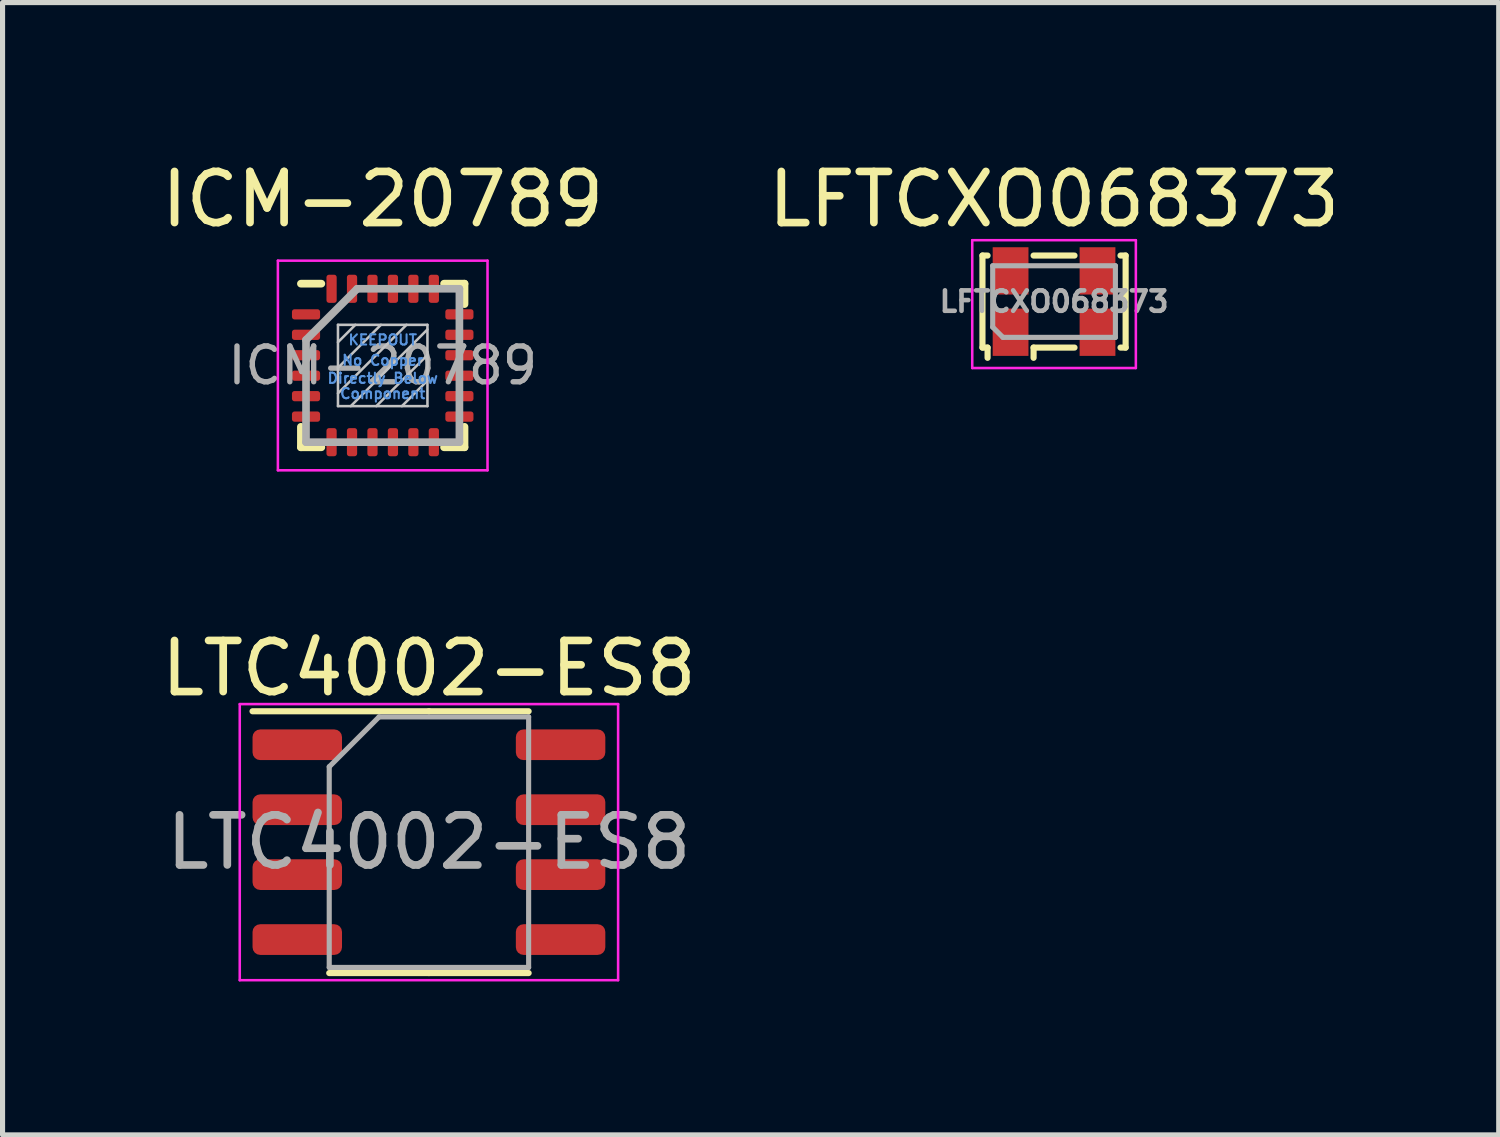
<source format=kicad_pcb>
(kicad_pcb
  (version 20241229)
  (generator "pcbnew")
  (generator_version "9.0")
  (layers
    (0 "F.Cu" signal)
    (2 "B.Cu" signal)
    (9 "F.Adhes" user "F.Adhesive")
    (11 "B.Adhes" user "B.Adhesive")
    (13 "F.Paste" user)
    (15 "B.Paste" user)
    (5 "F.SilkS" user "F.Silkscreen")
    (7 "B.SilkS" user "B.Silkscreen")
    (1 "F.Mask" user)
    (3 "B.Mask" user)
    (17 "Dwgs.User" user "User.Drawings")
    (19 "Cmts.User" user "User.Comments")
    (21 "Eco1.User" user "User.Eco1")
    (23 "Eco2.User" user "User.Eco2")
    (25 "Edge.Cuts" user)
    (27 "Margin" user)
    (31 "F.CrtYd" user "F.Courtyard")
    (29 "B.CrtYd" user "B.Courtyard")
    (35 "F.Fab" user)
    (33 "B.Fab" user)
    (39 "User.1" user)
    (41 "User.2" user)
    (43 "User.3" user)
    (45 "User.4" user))
  (footprint "LFTCXO068373"
    (layer "F.Cu")
    (at 17.565 2.848)
    (property "Reference" "LFTCXO068373" (at 0 -2 0) (layer "F.SilkS") (effects (font (size 1 1) (thickness 0.15))))
    (attr smd)
    (fp_line (start -1.4 -0.9) (end -1.3 -0.9) (stroke (width 0.12) (type solid)) (layer "F.SilkS"))
    (fp_line (start -1.4 0.9) (end -1.4 -0.9) (stroke (width 0.12) (type solid)) (layer "F.SilkS"))
    (fp_line (start -1.4 0.9) (end -1.3 0.9) (stroke (width 0.12) (type solid)) (layer "F.SilkS"))
    (fp_line (start -1.3 0.9) (end -1.3 1.1) (stroke (width 0.12) (type solid)) (layer "F.SilkS"))
    (fp_line (start -0.4 -0.9) (end 0.4 -0.9) (stroke (width 0.12) (type solid)) (layer "F.SilkS"))
    (fp_line (start -0.4 0.9) (end -0.4 1.1) (stroke (width 0.12) (type solid)) (layer "F.SilkS"))
    (fp_line (start -0.4 0.9) (end 0.4 0.9) (stroke (width 0.12) (type solid)) (layer "F.SilkS"))
    (fp_line (start 1.3 -0.9) (end 1.4 -0.9) (stroke (width 0.12) (type solid)) (layer "F.SilkS"))
    (fp_line (start 1.3 0.9) (end 1.4 0.9) (stroke (width 0.12) (type solid)) (layer "F.SilkS"))
    (fp_line (start 1.4 0.9) (end 1.4 -0.9) (stroke (width 0.12) (type solid)) (layer "F.SilkS"))
    (fp_line (start -1.6 -1.2) (end -1.6 1.3) (stroke (width 0.05) (type solid)) (layer "F.CrtYd"))
    (fp_line (start -1.6 1.3) (end 1.6 1.3) (stroke (width 0.05) (type solid)) (layer "F.CrtYd"))
    (fp_line (start 1.6 -1.2) (end -1.6 -1.2) (stroke (width 0.05) (type solid)) (layer "F.CrtYd"))
    (fp_line (start 1.6 1.3) (end 1.6 -1.2) (stroke (width 0.05) (type solid)) (layer "F.CrtYd"))
    (fp_line (start -1.2 -0.7) (end 1.2 -0.7) (stroke (width 0.1) (type solid)) (layer "F.Fab"))
    (fp_line (start -1.2 0.5) (end -1.2 -0.7) (stroke (width 0.1) (type solid)) (layer "F.Fab"))
    (fp_line (start -1 0.7) (end -1.2 0.5) (stroke (width 0.1) (type solid)) (layer "F.Fab"))
    (fp_line (start 1.2 -0.7) (end 1.2 0.7) (stroke (width 0.1) (type solid)) (layer "F.Fab"))
    (fp_line (start 1.2 0.7) (end -1 0.7) (stroke (width 0.1) (type solid)) (layer "F.Fab"))
    (fp_text user "${REFERENCE}" (at 0 0 0) (layer "F.Fab") (effects (font (size 0.4 0.4) (thickness 0.09))))
    (pad "1" smd rect (at -0.85 0.6) (size 0.7 0.925) (layers "F.Cu" "F.Mask" "F.Paste"))
    (pad "2" smd rect (at 0.85 0.6) (size 0.7 0.925) (layers "F.Cu" "F.Mask" "F.Paste"))
    (pad "3" smd rect (at 0.85 -0.6) (size 0.7 0.925) (layers "F.Cu" "F.Mask" "F.Paste"))
    (pad "4" smd rect (at -0.85 -0.6) (size 0.7 0.925) (layers "F.Cu" "F.Mask" "F.Paste")))
  (footprint "LTC4002-ES8"
    (layer "F.Cu")
    (at 5.339 13.421)
    (property "Reference" "LTC4002-ES8" (at 0 -3.4 0) (layer "F.SilkS") (effects (font (size 1 1) (thickness 0.15))))
    (attr smd)
    (fp_line (start 0 -2.56) (end -3.45 -2.56) (stroke (width 0.12) (type solid)) (layer "F.SilkS"))
    (fp_line (start 0 -2.56) (end 1.95 -2.56) (stroke (width 0.12) (type solid)) (layer "F.SilkS"))
    (fp_line (start 0 2.56) (end -1.95 2.56) (stroke (width 0.12) (type solid)) (layer "F.SilkS"))
    (fp_line (start 0 2.56) (end 1.95 2.56) (stroke (width 0.12) (type solid)) (layer "F.SilkS"))
    (fp_line (start -3.7 -2.7) (end -3.7 2.7) (stroke (width 0.05) (type solid)) (layer "F.CrtYd"))
    (fp_line (start -3.7 2.7) (end 3.7 2.7) (stroke (width 0.05) (type solid)) (layer "F.CrtYd"))
    (fp_line (start 3.7 -2.7) (end -3.7 -2.7) (stroke (width 0.05) (type solid)) (layer "F.CrtYd"))
    (fp_line (start 3.7 2.7) (end 3.7 -2.7) (stroke (width 0.05) (type solid)) (layer "F.CrtYd"))
    (fp_line (start -1.95 -1.475) (end -0.975 -2.45) (stroke (width 0.1) (type solid)) (layer "F.Fab"))
    (fp_line (start -1.95 2.45) (end -1.95 -1.475) (stroke (width 0.1) (type solid)) (layer "F.Fab"))
    (fp_line (start -0.975 -2.45) (end 1.95 -2.45) (stroke (width 0.1) (type solid)) (layer "F.Fab"))
    (fp_line (start 1.95 -2.45) (end 1.95 2.45) (stroke (width 0.1) (type solid)) (layer "F.Fab"))
    (fp_line (start 1.95 2.45) (end -1.95 2.45) (stroke (width 0.1) (type solid)) (layer "F.Fab"))
    (fp_text user "${REFERENCE}" (at 0 0 0) (layer "F.Fab") (effects (font (size 0.98 0.98) (thickness 0.15))))
    (pad "1" smd roundrect (at -2.575 -1.905) (size 1.75 0.6) (layers "F.Cu" "F.Mask" "F.Paste") (roundrect_rratio 0.25))
    (pad "2" smd roundrect (at -2.575 -0.635) (size 1.75 0.6) (layers "F.Cu" "F.Mask" "F.Paste") (roundrect_rratio 0.25))
    (pad "3" smd roundrect (at -2.575 0.635) (size 1.75 0.6) (layers "F.Cu" "F.Mask" "F.Paste") (roundrect_rratio 0.25))
    (pad "4" smd roundrect (at -2.575 1.905) (size 1.75 0.6) (layers "F.Cu" "F.Mask" "F.Paste") (roundrect_rratio 0.25))
    (pad "5" smd roundrect (at 2.575 1.905) (size 1.75 0.6) (layers "F.Cu" "F.Mask" "F.Paste") (roundrect_rratio 0.25))
    (pad "6" smd roundrect (at 2.575 0.635) (size 1.75 0.6) (layers "F.Cu" "F.Mask" "F.Paste") (roundrect_rratio 0.25))
    (pad "7" smd roundrect (at 2.575 -0.635) (size 1.75 0.6) (layers "F.Cu" "F.Mask" "F.Paste") (roundrect_rratio 0.25))
    (pad "8" smd roundrect (at 2.575 -1.905) (size 1.75 0.6) (layers "F.Cu" "F.Mask" "F.Paste") (roundrect_rratio 0.25)))
  (footprint "ICM-20789"
    (layer "F.Cu")
    (at 4.435 4.098)
    (property "Reference" "ICM-20789" (at 0 -3.25 0) (layer "F.SilkS") (effects (font (size 1 1) (thickness 0.15))))
    (attr smd)
    (fp_line (start -1.6 -1.6) (end -1.2 -1.6) (stroke (width 0.15) (type solid)) (layer "F.SilkS"))
    (fp_line (start -1.6 1.6) (end -1.6 1.2) (stroke (width 0.15) (type solid)) (layer "F.SilkS"))
    (fp_line (start -1.6 1.6) (end -1.2 1.6) (stroke (width 0.15) (type solid)) (layer "F.SilkS"))
    (fp_line (start 1.6 -1.6) (end 1.2 -1.6) (stroke (width 0.15) (type solid)) (layer "F.SilkS"))
    (fp_line (start 1.6 -1.6) (end 1.6 -1.2) (stroke (width 0.15) (type solid)) (layer "F.SilkS"))
    (fp_line (start 1.6 1.6) (end 1.2 1.6) (stroke (width 0.15) (type solid)) (layer "F.SilkS"))
    (fp_line (start 1.6 1.6) (end 1.6 1.2) (stroke (width 0.15) (type solid)) (layer "F.SilkS"))
    (fp_line (start -0.875 -0.795) (end -0.875 0.795) (stroke (width 0.05) (type solid)) (layer "Dwgs.User"))
    (fp_line (start -0.875 -0.795) (end 0.875 -0.795) (stroke (width 0.05) (type solid)) (layer "Dwgs.User"))
    (fp_line (start -0.875 0.795) (end 0.875 0.795) (stroke (width 0.05) (type solid)) (layer "Dwgs.User"))
    (fp_line (start -0.535 -0.795) (end -0.875 -0.455) (stroke (width 0.05) (type solid)) (layer "Dwgs.User"))
    (fp_line (start -0.035 -0.795) (end -0.875 0.045) (stroke (width 0.05) (type solid)) (layer "Dwgs.User"))
    (fp_line (start 0.465 -0.795) (end -0.875 0.545) (stroke (width 0.05) (type solid)) (layer "Dwgs.User"))
    (fp_line (start 0.875 -0.795) (end 0.875 0.795) (stroke (width 0.05) (type solid)) (layer "Dwgs.User"))
    (fp_line (start 0.875 -0.705) (end -0.625 0.795) (stroke (width 0.05) (type solid)) (layer "Dwgs.User"))
    (fp_line (start 0.875 -0.205) (end -0.125 0.795) (stroke (width 0.05) (type solid)) (layer "Dwgs.User"))
    (fp_line (start 0.875 0.295) (end 0.375 0.795) (stroke (width 0.05) (type solid)) (layer "Dwgs.User"))
    (fp_line (start -2.05 -2.05) (end 2.05 -2.05) (stroke (width 0.05) (type solid)) (layer "F.CrtYd"))
    (fp_line (start -2.05 2.05) (end -2.05 -2.05) (stroke (width 0.05) (type solid)) (layer "F.CrtYd"))
    (fp_line (start 2.05 -2.05) (end 2.05 2.05) (stroke (width 0.05) (type solid)) (layer "F.CrtYd"))
    (fp_line (start 2.05 2.05) (end -2.05 2.05) (stroke (width 0.05) (type solid)) (layer "F.CrtYd"))
    (fp_line (start -1.5 -0.5) (end -0.5 -1.5) (stroke (width 0.15) (type solid)) (layer "F.Fab"))
    (fp_line (start -1.5 1.5) (end -1.5 -0.5) (stroke (width 0.15) (type solid)) (layer "F.Fab"))
    (fp_line (start -0.5 -1.5) (end 1.5 -1.5) (stroke (width 0.15) (type solid)) (layer "F.Fab"))
    (fp_line (start 1.5 -1.5) (end 1.5 1.5) (stroke (width 0.15) (type solid)) (layer "F.Fab"))
    (fp_line (start 1.5 1.5) (end -1.5 1.5) (stroke (width 0.15) (type solid)) (layer "F.Fab"))
    (fp_text user "Directly Below" (at 0 0.25 0) (layer "Cmts.User") (effects (font (size 0.2 0.2) (thickness 0.04))))
    (fp_text user "No Copper" (at 0 -0.1 0) (layer "Cmts.User") (effects (font (size 0.2 0.2) (thickness 0.04))))
    (fp_text user "KEEPOUT" (at 0 -0.5 0) (layer "Cmts.User") (effects (font (size 0.2 0.2) (thickness 0.04))))
    (fp_text user "Component" (at 0 0.55 0) (layer "Cmts.User") (effects (font (size 0.2 0.2) (thickness 0.04))))
    (fp_text user "${REFERENCE}" (at 0 0 0) (layer "F.Fab") (effects (font (size 0.7 0.7) (thickness 0.105))))
    (pad "1" smd roundrect (at -1.5 -1) (size 0.55 0.2) (layers "F.Cu" "F.Mask" "F.Paste") (roundrect_rratio 0.25))
    (pad "2" smd roundrect (at -1.5 -0.6) (size 0.55 0.2) (layers "F.Cu" "F.Mask" "F.Paste") (roundrect_rratio 0.25))
    (pad "3" smd roundrect (at -1.5 -0.2) (size 0.55 0.2) (layers "F.Cu" "F.Mask" "F.Paste") (roundrect_rratio 0.25))
    (pad "4" smd roundrect (at -1.5 0.2) (size 0.55 0.2) (layers "F.Cu" "F.Mask" "F.Paste") (roundrect_rratio 0.25))
    (pad "5" smd roundrect (at -1.5 0.6) (size 0.55 0.2) (layers "F.Cu" "F.Mask" "F.Paste") (roundrect_rratio 0.25))
    (pad "6" smd roundrect (at -1.5 1) (size 0.55 0.2) (layers "F.Cu" "F.Mask" "F.Paste") (roundrect_rratio 0.25))
    (pad "7" smd roundrect (at -1 1.5 90) (size 0.55 0.2) (layers "F.Cu" "F.Mask" "F.Paste") (roundrect_rratio 0.25))
    (pad "8" smd roundrect (at -0.6 1.5 90) (size 0.55 0.2) (layers "F.Cu" "F.Mask" "F.Paste") (roundrect_rratio 0.25))
    (pad "9" smd roundrect (at -0.2 1.5 90) (size 0.55 0.2) (layers "F.Cu" "F.Mask" "F.Paste") (roundrect_rratio 0.25))
    (pad "10" smd roundrect (at 0.2 1.5 90) (size 0.55 0.2) (layers "F.Cu" "F.Mask" "F.Paste") (roundrect_rratio 0.25))
    (pad "11" smd roundrect (at 0.6 1.5 90) (size 0.55 0.2) (layers "F.Cu" "F.Mask" "F.Paste") (roundrect_rratio 0.25))
    (pad "12" smd roundrect (at 1 1.5 90) (size 0.55 0.2) (layers "F.Cu" "F.Mask" "F.Paste") (roundrect_rratio 0.25))
    (pad "13" smd roundrect (at 1.5 1) (size 0.55 0.2) (layers "F.Cu" "F.Mask" "F.Paste") (roundrect_rratio 0.25))
    (pad "14" smd roundrect (at 1.5 0.6) (size 0.55 0.2) (layers "F.Cu" "F.Mask" "F.Paste") (roundrect_rratio 0.25))
    (pad "15" smd roundrect (at 1.5 0.2) (size 0.55 0.2) (layers "F.Cu" "F.Mask" "F.Paste") (roundrect_rratio 0.25))
    (pad "16" smd roundrect (at 1.5 -0.2) (size 0.55 0.2) (layers "F.Cu" "F.Mask" "F.Paste") (roundrect_rratio 0.25))
    (pad "17" smd roundrect (at 1.5 -0.6) (size 0.55 0.2) (layers "F.Cu" "F.Mask" "F.Paste") (roundrect_rratio 0.25))
    (pad "18" smd roundrect (at 1.5 -1) (size 0.55 0.2) (layers "F.Cu" "F.Mask" "F.Paste") (roundrect_rratio 0.25))
    (pad "19" smd roundrect (at 1 -1.5 90) (size 0.55 0.2) (layers "F.Cu" "F.Mask" "F.Paste") (roundrect_rratio 0.25))
    (pad "20" smd roundrect (at 0.6 -1.5 90) (size 0.55 0.2) (layers "F.Cu" "F.Mask" "F.Paste") (roundrect_rratio 0.25))
    (pad "21" smd roundrect (at 0.2 -1.5 90) (size 0.55 0.2) (layers "F.Cu" "F.Mask" "F.Paste") (roundrect_rratio 0.25))
    (pad "22" smd roundrect (at -0.2 -1.5 90) (size 0.55 0.2) (layers "F.Cu" "F.Mask" "F.Paste") (roundrect_rratio 0.25))
    (pad "23" smd roundrect (at -0.6 -1.5 90) (size 0.55 0.2) (layers "F.Cu" "F.Mask" "F.Paste") (roundrect_rratio 0.25))
    (pad "24" smd roundrect (at -1 -1.5 90) (size 0.55 0.2) (layers "F.Cu" "F.Mask" "F.Paste") (roundrect_rratio 0.25)))
  (gr_rect
    (start -3 -3)
    (end 26.262 19.146)
    (stroke (width 0.1) (type default))
    (fill no)
    (layer "Edge.Cuts")))
</source>
